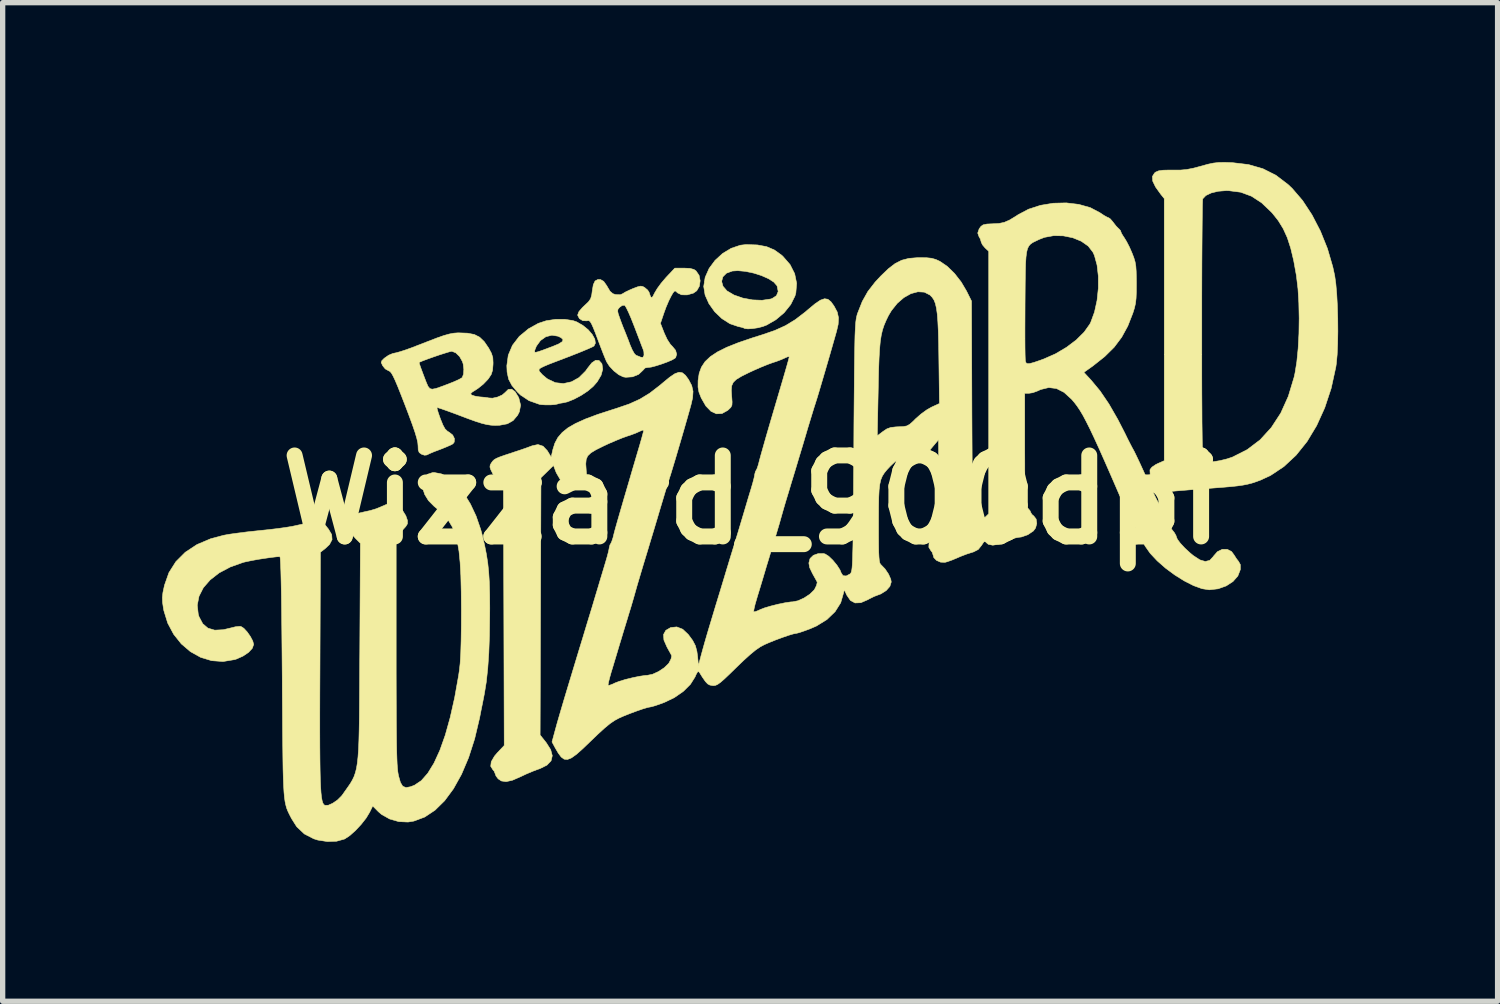
<source format=kicad_pcb>
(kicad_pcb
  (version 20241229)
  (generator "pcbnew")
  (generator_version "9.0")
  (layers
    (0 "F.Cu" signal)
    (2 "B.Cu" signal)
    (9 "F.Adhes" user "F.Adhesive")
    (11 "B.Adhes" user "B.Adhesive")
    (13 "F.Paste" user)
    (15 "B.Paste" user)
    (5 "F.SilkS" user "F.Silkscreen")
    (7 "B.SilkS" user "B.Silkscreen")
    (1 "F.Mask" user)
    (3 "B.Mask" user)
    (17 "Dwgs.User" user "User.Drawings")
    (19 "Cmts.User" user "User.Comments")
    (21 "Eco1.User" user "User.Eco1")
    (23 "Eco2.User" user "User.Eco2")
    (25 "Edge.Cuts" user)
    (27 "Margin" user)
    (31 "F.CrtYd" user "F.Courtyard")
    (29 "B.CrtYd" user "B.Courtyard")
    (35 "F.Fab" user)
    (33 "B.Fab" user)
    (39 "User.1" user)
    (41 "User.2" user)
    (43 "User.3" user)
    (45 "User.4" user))
  (footprint "Wizzard_900dpi"
    (layer "F.Cu")
    (at 11.092 6.353)
    (property "Reference" "Wizzard_900dpi" (at 0 0 0) (layer "F.SilkS") (effects (font (size 1.524 1.524) (thickness 0.3))))
    (attr through_hole)
    (fp_poly (pts (xy 0.106 -4.795) (xy 0.279 -4.763) (xy 0.427 -4.7) (xy 0.563 -4.602) (xy 0.586 -4.581) (xy 0.721 -4.426) (xy 0.808 -4.254) (xy 0.845 -4.073) (xy 0.83 -3.891) (xy 0.814 -3.835) (xy 0.734 -3.674) (xy 0.61 -3.52) (xy 0.454 -3.388) (xy 0.281 -3.288) (xy 0.211 -3.261) (xy 0.119 -3.237) (xy 0.019 -3.222) (xy -0.07 -3.216) (xy -0.131 -3.223) (xy -0.144 -3.23) (xy -0.178 -3.243) (xy -0.244 -3.258) (xy -0.251 -3.259) (xy -0.41 -3.313) (xy -0.562 -3.41) (xy -0.697 -3.539) (xy -0.805 -3.691) (xy -0.877 -3.852) (xy -0.903 -4.013) (xy -0.903 -4.014) (xy -0.888 -4.109) (xy -0.566 -4.109) (xy -0.54 -4.017) (xy -0.466 -3.931) (xy -0.334 -3.853) (xy -0.167 -3.795) (xy 0.016 -3.761) (xy 0.195 -3.754) (xy 0.353 -3.777) (xy 0.384 -3.787) (xy 0.465 -3.84) (xy 0.498 -3.919) (xy 0.479 -4.017) (xy 0.474 -4.029) (xy 0.416 -4.096) (xy 0.314 -4.161) (xy 0.183 -4.219) (xy 0.034 -4.266) (xy -0.119 -4.298) (xy -0.263 -4.311) (xy -0.365 -4.304) (xy -0.475 -4.264) (xy -0.543 -4.195) (xy -0.566 -4.109) (xy -0.888 -4.109) (xy -0.876 -4.185) (xy -0.802 -4.352) (xy -0.69 -4.504) (xy -0.548 -4.634) (xy -0.386 -4.732) (xy -0.212 -4.79) (xy -0.106 -4.802) (xy 0.106 -4.795)) (stroke (width 0.01) (type solid)) (fill yes) (layer "F.SilkS"))
    (fp_poly (pts (xy -3.364 -3.372) (xy -3.294 -3.348) (xy -3.178 -3.282) (xy -3.077 -3.2) (xy -3 -3.11) (xy -2.952 -3.023) (xy -2.941 -2.946) (xy -2.967 -2.894) (xy -3.005 -2.873) (xy -3.086 -2.837) (xy -3.203 -2.788) (xy -3.346 -2.731) (xy -3.506 -2.669) (xy -3.517 -2.665) (xy -3.693 -2.598) (xy -3.823 -2.548) (xy -3.912 -2.51) (xy -3.968 -2.482) (xy -3.996 -2.461) (xy -4.003 -2.441) (xy -3.996 -2.421) (xy -3.989 -2.41) (xy -3.941 -2.356) (xy -3.868 -2.294) (xy -3.837 -2.271) (xy -3.694 -2.204) (xy -3.543 -2.187) (xy -3.392 -2.22) (xy -3.25 -2.299) (xy -3.126 -2.422) (xy -3.087 -2.477) (xy -3.009 -2.576) (xy -2.937 -2.625) (xy -2.873 -2.622) (xy -2.823 -2.566) (xy -2.817 -2.554) (xy -2.803 -2.457) (xy -2.834 -2.343) (xy -2.907 -2.22) (xy -2.981 -2.135) (xy -3.083 -2.048) (xy -3.21 -1.964) (xy -3.344 -1.893) (xy -3.468 -1.843) (xy -3.543 -1.826) (xy -3.613 -1.815) (xy -3.656 -1.802) (xy -3.704 -1.792) (xy -3.785 -1.786) (xy -3.878 -1.786) (xy -3.961 -1.791) (xy -3.993 -1.796) (xy -4.19 -1.866) (xy -4.35 -1.972) (xy -4.408 -2.028) (xy -4.511 -2.151) (xy -4.573 -2.269) (xy -4.602 -2.403) (xy -4.607 -2.523) (xy -4.58 -2.721) (xy -4.548 -2.796) (xy -4.086 -2.796) (xy -4.083 -2.778) (xy -4.062 -2.775) (xy -4.014 -2.787) (xy -3.932 -2.815) (xy -3.808 -2.862) (xy -3.748 -2.884) (xy -3.629 -2.934) (xy -3.564 -2.976) (xy -3.549 -3.012) (xy -3.583 -3.048) (xy -3.644 -3.078) (xy -3.759 -3.097) (xy -3.873 -3.068) (xy -3.974 -2.997) (xy -4.051 -2.891) (xy -4.077 -2.826) (xy -4.086 -2.796) (xy -4.548 -2.796) (xy -4.501 -2.907) (xy -4.373 -3.074) (xy -4.2 -3.217) (xy -4.017 -3.319) (xy -3.866 -3.369) (xy -3.693 -3.395) (xy -3.519 -3.396) (xy -3.364 -3.372)) (stroke (width 0.01) (type solid)) (fill yes) (layer "F.SilkS"))
    (fp_poly (pts (xy -1.163 -4.354) (xy -1.088 -4.334) (xy -1.049 -4.308) (xy -0.99 -4.223) (xy -0.97 -4.121) (xy -0.985 -4.019) (xy -1.034 -3.933) (xy -1.098 -3.888) (xy -1.216 -3.855) (xy -1.32 -3.857) (xy -1.395 -3.893) (xy -1.4 -3.898) (xy -1.431 -3.927) (xy -1.455 -3.926) (xy -1.485 -3.887) (xy -1.517 -3.831) (xy -1.562 -3.741) (xy -1.612 -3.623) (xy -1.651 -3.516) (xy -1.717 -3.32) (xy -1.645 -3.135) (xy -1.591 -3.019) (xy -1.531 -2.926) (xy -1.491 -2.884) (xy -1.433 -2.814) (xy -1.412 -2.739) (xy -1.431 -2.676) (xy -1.446 -2.662) (xy -1.504 -2.629) (xy -1.594 -2.591) (xy -1.699 -2.553) (xy -1.803 -2.52) (xy -1.89 -2.497) (xy -1.944 -2.491) (xy -1.947 -2.492) (xy -2.007 -2.48) (xy -2.046 -2.437) (xy -2.128 -2.36) (xy -2.242 -2.314) (xy -2.369 -2.305) (xy -2.417 -2.313) (xy -2.501 -2.353) (xy -2.594 -2.426) (xy -2.678 -2.516) (xy -2.73 -2.597) (xy -2.753 -2.651) (xy -2.791 -2.744) (xy -2.837 -2.863) (xy -2.88 -2.976) (xy -2.938 -3.131) (xy -2.982 -3.241) (xy -3.014 -3.312) (xy -3.039 -3.352) (xy -3.061 -3.37) (xy -3.085 -3.371) (xy -3.101 -3.367) (xy -3.177 -3.37) (xy -3.241 -3.408) (xy -3.273 -3.469) (xy -3.274 -3.479) (xy -3.251 -3.54) (xy -3.238 -3.555) (xy -2.523 -3.555) (xy -2.512 -3.501) (xy -2.487 -3.429) (xy -2.449 -3.325) (xy -2.41 -3.224) (xy -2.395 -3.189) (xy -2.363 -3.109) (xy -2.321 -3.002) (xy -2.287 -2.911) (xy -2.247 -2.819) (xy -2.207 -2.749) (xy -2.176 -2.719) (xy -2.109 -2.693) (xy -2.088 -2.683) (xy -2.047 -2.68) (xy -2.026 -2.719) (xy -2.029 -2.787) (xy -2.045 -2.836) (xy -2.068 -2.894) (xy -2.105 -2.992) (xy -2.153 -3.117) (xy -2.206 -3.256) (xy -2.217 -3.284) (xy -2.27 -3.418) (xy -2.319 -3.531) (xy -2.36 -3.615) (xy -2.388 -3.658) (xy -2.393 -3.662) (xy -2.44 -3.655) (xy -2.484 -3.623) (xy -2.514 -3.589) (xy -2.523 -3.555) (xy -3.238 -3.555) (xy -3.184 -3.618) (xy -3.145 -3.655) (xy -3.072 -3.724) (xy -3.031 -3.782) (xy -3.01 -3.853) (xy -3 -3.93) (xy -2.98 -4.048) (xy -2.947 -4.117) (xy -2.894 -4.145) (xy -2.845 -4.144) (xy -2.785 -4.11) (xy -2.725 -4.025) (xy -2.716 -4.008) (xy -2.665 -3.923) (xy -2.612 -3.878) (xy -2.561 -3.861) (xy -2.471 -3.858) (xy -2.427 -3.878) (xy -2.378 -3.908) (xy -2.297 -3.947) (xy -2.232 -3.975) (xy -2.144 -4.008) (xy -2.088 -4.02) (xy -2.047 -4.012) (xy -2.012 -3.992) (xy -1.958 -3.946) (xy -1.932 -3.907) (xy -1.905 -3.827) (xy -1.885 -3.8) (xy -1.861 -3.824) (xy -1.826 -3.893) (xy -1.777 -3.975) (xy -1.703 -4.076) (xy -1.618 -4.176) (xy -1.607 -4.188) (xy -1.447 -4.358) (xy -1.277 -4.359) (xy -1.163 -4.354)) (stroke (width 0.01) (type solid)) (fill yes) (layer "F.SilkS"))
    (fp_poly (pts (xy 9.042 -6.343) (xy 9.346 -6.307) (xy 9.617 -6.229) (xy 9.863 -6.105) (xy 10.091 -5.931) (xy 10.169 -5.857) (xy 10.363 -5.631) (xy 10.541 -5.36) (xy 10.699 -5.055) (xy 10.831 -4.727) (xy 10.931 -4.385) (xy 10.968 -4.216) (xy 10.989 -4.064) (xy 11.006 -3.87) (xy 11.018 -3.647) (xy 11.025 -3.409) (xy 11.027 -3.168) (xy 11.023 -2.938) (xy 11.014 -2.731) (xy 10.998 -2.561) (xy 10.989 -2.498) (xy 10.902 -2.1) (xy 10.78 -1.731) (xy 10.628 -1.396) (xy 10.448 -1.097) (xy 10.241 -0.839) (xy 10.011 -0.625) (xy 9.76 -0.458) (xy 9.57 -0.37) (xy 9.485 -0.339) (xy 9.409 -0.314) (xy 9.331 -0.294) (xy 9.245 -0.277) (xy 9.141 -0.262) (xy 9.01 -0.248) (xy 8.844 -0.234) (xy 8.635 -0.218) (xy 8.519 -0.209) (xy 8.337 -0.196) (xy 8.167 -0.182) (xy 8.02 -0.17) (xy 7.906 -0.16) (xy 7.837 -0.153) (xy 7.831 -0.152) (xy 7.739 -0.149) (xy 7.668 -0.178) (xy 7.639 -0.199) (xy 7.59 -0.249) (xy 7.574 -0.294) (xy 7.575 -0.299) (xy 7.571 -0.343) (xy 7.561 -0.355) (xy 7.522 -0.404) (xy 7.496 -0.481) (xy 7.492 -0.556) (xy 7.495 -0.571) (xy 7.53 -0.615) (xy 7.599 -0.662) (xy 7.637 -0.681) (xy 7.761 -0.736) (xy 7.761 -3.175) (xy 8.467 -3.175) (xy 8.467 -2.731) (xy 8.467 -2.34) (xy 8.468 -2) (xy 8.47 -1.707) (xy 8.471 -1.459) (xy 8.474 -1.253) (xy 8.476 -1.085) (xy 8.48 -0.953) (xy 8.484 -0.854) (xy 8.489 -0.785) (xy 8.494 -0.742) (xy 8.5 -0.724) (xy 8.502 -0.723) (xy 8.573 -0.711) (xy 8.68 -0.716) (xy 8.809 -0.737) (xy 8.943 -0.77) (xy 9.047 -0.805) (xy 9.321 -0.944) (xy 9.565 -1.129) (xy 9.775 -1.359) (xy 9.953 -1.632) (xy 10.095 -1.947) (xy 10.203 -2.304) (xy 10.221 -2.385) (xy 10.255 -2.596) (xy 10.28 -2.848) (xy 10.295 -3.126) (xy 10.299 -3.415) (xy 10.293 -3.701) (xy 10.277 -3.968) (xy 10.249 -4.202) (xy 10.247 -4.219) (xy 10.196 -4.501) (xy 10.14 -4.735) (xy 10.076 -4.932) (xy 9.999 -5.101) (xy 9.907 -5.251) (xy 9.796 -5.391) (xy 9.776 -5.413) (xy 9.591 -5.589) (xy 9.402 -5.712) (xy 9.199 -5.787) (xy 8.974 -5.816) (xy 8.927 -5.817) (xy 8.776 -5.805) (xy 8.644 -5.773) (xy 8.544 -5.725) (xy 8.487 -5.665) (xy 8.484 -5.657) (xy 8.482 -5.623) (xy 8.479 -5.536) (xy 8.477 -5.401) (xy 8.475 -5.222) (xy 8.473 -5.004) (xy 8.471 -4.749) (xy 8.469 -4.464) (xy 8.468 -4.151) (xy 8.467 -3.815) (xy 8.467 -3.46) (xy 8.467 -3.175) (xy 7.761 -3.175) (xy 7.761 -5.668) (xy 7.696 -5.748) (xy 7.597 -5.886) (xy 7.544 -5.996) (xy 7.538 -6.083) (xy 7.578 -6.148) (xy 7.601 -6.166) (xy 7.655 -6.189) (xy 7.738 -6.201) (xy 7.86 -6.204) (xy 7.919 -6.203) (xy 8.06 -6.203) (xy 8.182 -6.214) (xy 8.31 -6.239) (xy 8.449 -6.276) (xy 8.581 -6.313) (xy 8.686 -6.335) (xy 8.785 -6.346) (xy 8.898 -6.348) (xy 9.042 -6.343)) (stroke (width 0.01) (type solid)) (fill yes) (layer "F.SilkS"))
    (fp_poly (pts (xy -5.347 -3.135) (xy -5.218 -3.11) (xy -5.118 -3.059) (xy -5.032 -2.976) (xy -4.949 -2.855) (xy -4.897 -2.758) (xy -4.871 -2.676) (xy -4.866 -2.58) (xy -4.867 -2.544) (xy -4.876 -2.437) (xy -4.901 -2.358) (xy -4.952 -2.281) (xy -4.967 -2.262) (xy -5.051 -2.175) (xy -5.151 -2.095) (xy -5.188 -2.071) (xy -5.259 -2.026) (xy -5.287 -1.997) (xy -5.277 -1.977) (xy -5.266 -1.97) (xy -5.208 -1.951) (xy -5.124 -1.937) (xy -5.1 -1.935) (xy -5.019 -1.928) (xy -4.962 -1.92) (xy -4.953 -1.917) (xy -4.876 -1.912) (xy -4.782 -1.933) (xy -4.694 -1.972) (xy -4.64 -2.018) (xy -4.58 -2.077) (xy -4.516 -2.082) (xy -4.451 -2.033) (xy -4.39 -1.934) (xy -4.38 -1.911) (xy -4.348 -1.781) (xy -4.371 -1.657) (xy -4.405 -1.59) (xy -4.489 -1.491) (xy -4.597 -1.43) (xy -4.741 -1.403) (xy -4.826 -1.4) (xy -4.904 -1.404) (xy -4.984 -1.416) (xy -5.075 -1.438) (xy -5.189 -1.474) (xy -5.336 -1.527) (xy -5.46 -1.574) (xy -5.609 -1.63) (xy -5.738 -1.677) (xy -5.838 -1.712) (xy -5.903 -1.733) (xy -5.921 -1.736) (xy -5.917 -1.707) (xy -5.897 -1.638) (xy -5.864 -1.544) (xy -5.855 -1.519) (xy -5.809 -1.406) (xy -5.769 -1.334) (xy -5.724 -1.29) (xy -5.69 -1.27) (xy -5.625 -1.218) (xy -5.592 -1.15) (xy -5.597 -1.085) (xy -5.622 -1.053) (xy -5.665 -1.03) (xy -5.745 -0.995) (xy -5.847 -0.954) (xy -5.87 -0.945) (xy -5.974 -0.906) (xy -6.057 -0.871) (xy -6.106 -0.847) (xy -6.111 -0.844) (xy -6.155 -0.839) (xy -6.21 -0.857) (xy -6.255 -0.889) (xy -6.274 -0.938) (xy -6.277 -1.015) (xy -6.282 -1.074) (xy -6.301 -1.158) (xy -6.335 -1.272) (xy -6.387 -1.423) (xy -6.458 -1.615) (xy -6.519 -1.775) (xy -6.598 -1.978) (xy -6.66 -2.134) (xy -6.709 -2.249) (xy -6.747 -2.329) (xy -6.777 -2.382) (xy -6.802 -2.412) (xy -6.826 -2.426) (xy -6.832 -2.428) (xy -6.894 -2.463) (xy -6.942 -2.522) (xy -6.967 -2.576) (xy -6.966 -2.584) (xy -6.258 -2.584) (xy -6.251 -2.557) (xy -6.228 -2.489) (xy -6.192 -2.392) (xy -6.164 -2.318) (xy -6.122 -2.209) (xy -6.09 -2.135) (xy -6.056 -2.093) (xy -6.011 -2.081) (xy -5.943 -2.094) (xy -5.841 -2.129) (xy -5.708 -2.179) (xy -5.6 -2.222) (xy -5.511 -2.262) (xy -5.456 -2.293) (xy -5.447 -2.3) (xy -5.422 -2.363) (xy -5.416 -2.456) (xy -5.428 -2.555) (xy -5.443 -2.602) (xy -5.496 -2.696) (xy -5.567 -2.765) (xy -5.639 -2.794) (xy -5.646 -2.794) (xy -5.687 -2.785) (xy -5.767 -2.761) (xy -5.871 -2.728) (xy -5.985 -2.689) (xy -6.095 -2.65) (xy -6.186 -2.616) (xy -6.245 -2.591) (xy -6.258 -2.584) (xy -6.966 -2.584) (xy -6.961 -2.614) (xy -6.918 -2.658) (xy -6.906 -2.668) (xy -6.831 -2.72) (xy -6.755 -2.752) (xy -6.751 -2.753) (xy -6.681 -2.768) (xy -6.607 -2.789) (xy -6.521 -2.817) (xy -6.411 -2.856) (xy -6.269 -2.911) (xy -6.096 -2.978) (xy -5.925 -3.044) (xy -5.794 -3.09) (xy -5.691 -3.119) (xy -5.606 -3.135) (xy -5.527 -3.141) (xy -5.517 -3.141) (xy -5.347 -3.135)) (stroke (width 0.01) (type solid)) (fill yes) (layer "F.SilkS"))
    (fp_poly (pts (xy -5.833 -0.486) (xy -5.689 -0.408) (xy -5.549 -0.285) (xy -5.415 -0.121) (xy -5.293 0.077) (xy -5.186 0.304) (xy -5.099 0.556) (xy -5.07 0.663) (xy -5.026 0.85) (xy -4.992 1.022) (xy -4.966 1.189) (xy -4.948 1.363) (xy -4.936 1.555) (xy -4.93 1.776) (xy -4.928 2.037) (xy -4.929 2.174) (xy -4.934 2.552) (xy -4.946 2.882) (xy -4.966 3.17) (xy -4.993 3.424) (xy -5.03 3.651) (xy -5.039 3.697) (xy -5.063 3.82) (xy -5.093 3.967) (xy -5.12 4.106) (xy -5.12 4.106) (xy -5.213 4.498) (xy -5.327 4.852) (xy -5.46 5.165) (xy -5.611 5.436) (xy -5.777 5.661) (xy -5.958 5.839) (xy -6.152 5.968) (xy -6.356 6.044) (xy -6.466 6.062) (xy -6.64 6.054) (xy -6.813 6.004) (xy -6.965 5.918) (xy -7.023 5.868) (xy -7.13 5.76) (xy -7.189 5.88) (xy -7.255 5.989) (xy -7.348 6.107) (xy -7.454 6.221) (xy -7.561 6.316) (xy -7.654 6.378) (xy -7.662 6.382) (xy -7.81 6.423) (xy -7.983 6.429) (xy -8.163 6.401) (xy -8.239 6.377) (xy -8.416 6.286) (xy -8.56 6.15) (xy -8.655 6) (xy -8.684 5.945) (xy -8.709 5.895) (xy -8.731 5.848) (xy -8.75 5.798) (xy -8.765 5.743) (xy -8.779 5.678) (xy -8.79 5.598) (xy -8.799 5.501) (xy -8.806 5.382) (xy -8.812 5.237) (xy -8.817 5.062) (xy -8.82 4.853) (xy -8.823 4.606) (xy -8.826 4.316) (xy -8.828 3.981) (xy -8.831 3.596) (xy -8.832 3.337) (xy -8.836 2.877) (xy -8.84 2.467) (xy -8.844 2.109) (xy -8.848 1.802) (xy -8.853 1.547) (xy -8.858 1.346) (xy -8.864 1.199) (xy -8.869 1.107) (xy -8.875 1.07) (xy -8.876 1.069) (xy -8.931 1.071) (xy -9.027 1.082) (xy -9.148 1.099) (xy -9.279 1.119) (xy -9.405 1.142) (xy -9.512 1.164) (xy -9.567 1.177) (xy -9.811 1.264) (xy -10.02 1.375) (xy -10.189 1.507) (xy -10.317 1.654) (xy -10.398 1.814) (xy -10.431 1.982) (xy -10.412 2.154) (xy -10.397 2.201) (xy -10.328 2.331) (xy -10.231 2.414) (xy -10.103 2.452) (xy -9.942 2.444) (xy -9.807 2.412) (xy -9.715 2.389) (xy -9.637 2.381) (xy -9.609 2.383) (xy -9.555 2.417) (xy -9.492 2.485) (xy -9.432 2.571) (xy -9.387 2.656) (xy -9.37 2.721) (xy -9.396 2.794) (xy -9.466 2.87) (xy -9.57 2.94) (xy -9.696 2.996) (xy -9.728 3.006) (xy -9.946 3.042) (xy -10.161 3.026) (xy -10.368 2.963) (xy -10.56 2.856) (xy -10.731 2.71) (xy -10.875 2.529) (xy -10.987 2.319) (xy -11.06 2.082) (xy -11.068 2.037) (xy -11.084 1.928) (xy -11.087 1.838) (xy -11.077 1.745) (xy -11.051 1.624) (xy -11.047 1.606) (xy -10.964 1.37) (xy -10.833 1.163) (xy -10.657 0.987) (xy -10.437 0.842) (xy -10.175 0.731) (xy -9.933 0.667) (xy -9.829 0.648) (xy -9.684 0.628) (xy -9.515 0.606) (xy -9.339 0.587) (xy -9.263 0.579) (xy -9.09 0.561) (xy -8.921 0.541) (xy -8.77 0.52) (xy -8.653 0.501) (xy -8.615 0.493) (xy -8.434 0.453) (xy -8.301 0.424) (xy -8.206 0.407) (xy -8.142 0.4) (xy -8.101 0.403) (xy -8.073 0.415) (xy -8.053 0.436) (xy -8.04 0.453) (xy -7.994 0.512) (xy -7.962 0.552) (xy -7.902 0.654) (xy -7.895 0.749) (xy -7.943 0.84) (xy -8.02 0.913) (xy -8.114 0.986) (xy -8.123 3.202) (xy -8.125 3.638) (xy -8.126 4.021) (xy -8.126 4.355) (xy -8.125 4.643) (xy -8.123 4.888) (xy -8.12 5.093) (xy -8.116 5.263) (xy -8.11 5.401) (xy -8.103 5.51) (xy -8.094 5.593) (xy -8.083 5.655) (xy -8.071 5.698) (xy -8.056 5.726) (xy -8.039 5.742) (xy -8.028 5.748) (xy -7.966 5.746) (xy -7.883 5.709) (xy -7.795 5.649) (xy -7.718 5.573) (xy -7.697 5.546) (xy -7.641 5.466) (xy -7.592 5.397) (xy -7.549 5.334) (xy -7.513 5.272) (xy -7.482 5.208) (xy -7.457 5.136) (xy -7.436 5.054) (xy -7.42 4.956) (xy -7.407 4.838) (xy -7.397 4.697) (xy -7.39 4.527) (xy -7.385 4.324) (xy -7.381 4.085) (xy -7.379 3.805) (xy -7.377 3.479) (xy -7.375 3.103) (xy -7.373 2.857) (xy -7.362 0.818) (xy -7.45 0.73) (xy -7.5 0.674) (xy -7.523 0.635) (xy -7.522 0.627) (xy -7.526 0.597) (xy -7.547 0.567) (xy -7.585 0.505) (xy -7.606 0.448) (xy -7.599 0.372) (xy -7.538 0.308) (xy -7.423 0.258) (xy -7.291 0.227) (xy -7.176 0.202) (xy -7.067 0.169) (xy -7.002 0.143) (xy -6.875 0.088) (xy -6.778 0.069) (xy -6.699 0.086) (xy -6.639 0.125) (xy -6.565 0.206) (xy -6.507 0.3) (xy -6.476 0.39) (xy -6.477 0.451) (xy -6.508 0.502) (xy -6.566 0.566) (xy -6.591 0.59) (xy -6.689 0.676) (xy -6.689 2.837) (xy -6.689 3.246) (xy -6.688 3.603) (xy -6.687 3.911) (xy -6.686 4.175) (xy -6.684 4.398) (xy -6.682 4.585) (xy -6.679 4.739) (xy -6.675 4.864) (xy -6.671 4.965) (xy -6.665 5.045) (xy -6.659 5.109) (xy -6.651 5.159) (xy -6.644 5.194) (xy -6.609 5.317) (xy -6.566 5.388) (xy -6.505 5.414) (xy -6.419 5.398) (xy -6.344 5.369) (xy -6.216 5.283) (xy -6.094 5.144) (xy -5.977 4.953) (xy -5.867 4.713) (xy -5.765 4.426) (xy -5.672 4.093) (xy -5.588 3.719) (xy -5.514 3.304) (xy -5.499 3.203) (xy -5.485 3.072) (xy -5.474 2.89) (xy -5.467 2.655) (xy -5.463 2.365) (xy -5.462 2.074) (xy -5.465 1.727) (xy -5.472 1.431) (xy -5.486 1.179) (xy -5.507 0.966) (xy -5.538 0.788) (xy -5.58 0.637) (xy -5.634 0.508) (xy -5.702 0.395) (xy -5.785 0.293) (xy -5.885 0.196) (xy -5.978 0.119) (xy -6.081 0.015) (xy -6.151 -0.099) (xy -6.189 -0.214) (xy -6.192 -0.323) (xy -6.163 -0.414) (xy -6.101 -0.48) (xy -6.005 -0.512) (xy -5.975 -0.514) (xy -5.833 -0.486)) (stroke (width 0.01) (type solid)) (fill yes) (layer "F.SilkS"))
    (fp_poly (pts (xy 6.153 -5.558) (xy 6.369 -5.497) (xy 6.552 -5.401) (xy 6.554 -5.399) (xy 6.631 -5.348) (xy 6.691 -5.315) (xy 6.715 -5.306) (xy 6.746 -5.285) (xy 6.792 -5.232) (xy 6.805 -5.214) (xy 6.856 -5.149) (xy 6.899 -5.105) (xy 6.906 -5.1) (xy 6.939 -5.063) (xy 6.943 -5.048) (xy 6.958 -5.009) (xy 6.997 -4.947) (xy 7.009 -4.93) (xy 7.053 -4.858) (xy 7.106 -4.755) (xy 7.155 -4.643) (xy 7.155 -4.643) (xy 7.189 -4.555) (xy 7.212 -4.478) (xy 7.226 -4.398) (xy 7.233 -4.299) (xy 7.236 -4.166) (xy 7.237 -4.078) (xy 7.236 -3.915) (xy 7.231 -3.792) (xy 7.22 -3.695) (xy 7.2 -3.607) (xy 7.171 -3.514) (xy 7.075 -3.269) (xy 6.96 -3.059) (xy 6.819 -2.871) (xy 6.641 -2.695) (xy 6.419 -2.519) (xy 6.377 -2.489) (xy 6.249 -2.398) (xy 6.386 -2.25) (xy 6.553 -2.049) (xy 6.719 -1.805) (xy 6.887 -1.513) (xy 7.019 -1.256) (xy 7.074 -1.143) (xy 7.123 -1.047) (xy 7.158 -0.98) (xy 7.169 -0.96) (xy 7.196 -0.911) (xy 7.237 -0.827) (xy 7.295 -0.705) (xy 7.371 -0.539) (xy 7.467 -0.325) (xy 7.48 -0.296) (xy 7.541 -0.163) (xy 7.599 -0.043) (xy 7.647 0.051) (xy 7.68 0.106) (xy 7.682 0.11) (xy 7.719 0.175) (xy 7.733 0.226) (xy 7.753 0.285) (xy 7.775 0.31) (xy 7.811 0.367) (xy 7.818 0.402) (xy 7.835 0.457) (xy 7.88 0.528) (xy 7.902 0.555) (xy 7.954 0.622) (xy 7.984 0.677) (xy 7.987 0.691) (xy 8.008 0.743) (xy 8.065 0.819) (xy 8.148 0.908) (xy 8.25 1.002) (xy 8.307 1.049) (xy 8.431 1.13) (xy 8.533 1.16) (xy 8.617 1.139) (xy 8.684 1.067) (xy 8.686 1.062) (xy 8.761 0.976) (xy 8.852 0.932) (xy 8.945 0.931) (xy 9.027 0.973) (xy 9.075 1.038) (xy 9.12 1.109) (xy 9.157 1.156) (xy 9.192 1.218) (xy 9.193 1.302) (xy 9.191 1.316) (xy 9.145 1.434) (xy 9.053 1.538) (xy 8.926 1.62) (xy 8.774 1.674) (xy 8.607 1.693) (xy 8.607 1.693) (xy 8.472 1.672) (xy 8.312 1.614) (xy 8.137 1.525) (xy 7.958 1.413) (xy 7.785 1.285) (xy 7.628 1.147) (xy 7.497 1.007) (xy 7.402 0.872) (xy 7.392 0.854) (xy 7.362 0.797) (xy 7.313 0.706) (xy 7.252 0.592) (xy 7.203 0.501) (xy 7.128 0.357) (xy 7.044 0.185) (xy 6.963 0.01) (xy 6.911 -0.106) (xy 6.767 -0.438) (xy 6.642 -0.723) (xy 6.535 -0.964) (xy 6.442 -1.167) (xy 6.362 -1.336) (xy 6.292 -1.475) (xy 6.231 -1.59) (xy 6.175 -1.684) (xy 6.122 -1.763) (xy 6.071 -1.83) (xy 6.019 -1.891) (xy 6.016 -1.894) (xy 5.875 -2.022) (xy 5.733 -2.094) (xy 5.588 -2.112) (xy 5.436 -2.075) (xy 5.37 -2.045) (xy 5.287 -2.015) (xy 5.214 -2.004) (xy 5.136 -2.004) (xy 5.136 -0.95) (xy 5.137 -0.678) (xy 5.137 -0.457) (xy 5.138 -0.281) (xy 5.14 -0.145) (xy 5.144 -0.043) (xy 5.149 0.031) (xy 5.155 0.081) (xy 5.164 0.115) (xy 5.176 0.137) (xy 5.19 0.152) (xy 5.193 0.155) (xy 5.235 0.204) (xy 5.249 0.237) (xy 5.271 0.275) (xy 5.306 0.304) (xy 5.351 0.362) (xy 5.363 0.444) (xy 5.34 0.53) (xy 5.299 0.586) (xy 5.194 0.657) (xy 5.074 0.699) (xy 5.015 0.706) (xy 4.956 0.718) (xy 4.869 0.748) (xy 4.798 0.779) (xy 4.654 0.834) (xy 4.536 0.854) (xy 4.451 0.837) (xy 4.417 0.809) (xy 4.391 0.783) (xy 4.367 0.792) (xy 4.332 0.844) (xy 4.323 0.858) (xy 4.261 0.935) (xy 4.173 0.98) (xy 4.144 0.989) (xy 4.046 1.02) (xy 3.931 1.064) (xy 3.869 1.091) (xy 3.771 1.132) (xy 3.681 1.164) (xy 3.637 1.176) (xy 3.554 1.173) (xy 3.477 1.14) (xy 3.426 1.087) (xy 3.415 1.047) (xy 3.394 0.985) (xy 3.373 0.96) (xy 3.332 0.893) (xy 3.336 0.809) (xy 3.383 0.718) (xy 3.429 0.668) (xy 3.529 0.577) (xy 3.521 -0.277) (xy 3.514 -1.13) (xy 3.337 -0.919) (xy 3.22 -0.791) (xy 3.121 -0.712) (xy 3.032 -0.679) (xy 2.948 -0.689) (xy 2.894 -0.717) (xy 2.824 -0.752) (xy 2.762 -0.754) (xy 2.696 -0.717) (xy 2.612 -0.638) (xy 2.606 -0.632) (xy 2.544 -0.566) (xy 2.495 -0.506) (xy 2.457 -0.446) (xy 2.429 -0.378) (xy 2.41 -0.295) (xy 2.397 -0.188) (xy 2.39 -0.05) (xy 2.387 0.126) (xy 2.386 0.348) (xy 2.386 0.443) (xy 2.386 0.67) (xy 2.387 0.847) (xy 2.389 0.981) (xy 2.394 1.077) (xy 2.4 1.143) (xy 2.409 1.185) (xy 2.421 1.21) (xy 2.43 1.219) (xy 2.508 1.3) (xy 2.574 1.398) (xy 2.616 1.494) (xy 2.625 1.546) (xy 2.599 1.629) (xy 2.53 1.707) (xy 2.43 1.77) (xy 2.371 1.792) (xy 2.303 1.818) (xy 2.216 1.861) (xy 2.182 1.88) (xy 2.052 1.936) (xy 1.944 1.94) (xy 1.857 1.893) (xy 1.789 1.794) (xy 1.784 1.783) (xy 1.755 1.72) (xy 1.74 1.705) (xy 1.731 1.733) (xy 1.728 1.75) (xy 1.674 1.937) (xy 1.568 2.105) (xy 1.414 2.253) (xy 1.216 2.375) (xy 1.096 2.427) (xy 0.99 2.466) (xy 0.902 2.496) (xy 0.846 2.511) (xy 0.838 2.512) (xy 0.785 2.522) (xy 0.694 2.549) (xy 0.578 2.589) (xy 0.451 2.636) (xy 0.327 2.686) (xy 0.24 2.724) (xy 0.159 2.767) (xy 0.072 2.827) (xy -0.03 2.911) (xy -0.155 3.024) (xy -0.288 3.152) (xy -0.418 3.279) (xy -0.515 3.371) (xy -0.586 3.433) (xy -0.639 3.471) (xy -0.68 3.49) (xy -0.716 3.496) (xy -0.738 3.494) (xy -0.788 3.485) (xy -0.829 3.463) (xy -0.871 3.418) (xy -0.925 3.341) (xy -0.978 3.256) (xy -0.999 3.23) (xy -1.019 3.238) (xy -1.047 3.288) (xy -1.066 3.332) (xy -1.154 3.472) (xy -1.287 3.604) (xy -1.456 3.721) (xy -1.643 3.811) (xy -1.749 3.85) (xy -1.837 3.879) (xy -1.892 3.894) (xy -1.899 3.895) (xy -1.952 3.905) (xy -2.044 3.932) (xy -2.16 3.972) (xy -2.287 4.019) (xy -2.41 4.068) (xy -2.498 4.107) (xy -2.578 4.15) (xy -2.666 4.21) (xy -2.769 4.295) (xy -2.894 4.409) (xy -3.023 4.533) (xy -3.176 4.68) (xy -3.296 4.787) (xy -3.391 4.855) (xy -3.466 4.885) (xy -3.529 4.879) (xy -3.584 4.839) (xy -3.64 4.764) (xy -3.695 4.67) (xy -3.757 4.555) (xy -3.7 4.345) (xy -3.656 4.185) (xy -3.595 3.976) (xy -3.52 3.722) (xy -3.431 3.427) (xy -3.342 3.133) (xy -3.296 2.981) (xy -3.249 2.826) (xy -3.207 2.689) (xy -3.183 2.611) (xy -3.146 2.488) (xy -3.101 2.339) (xy -3.056 2.191) (xy -3.046 2.159) (xy -2.999 2.005) (xy -2.947 1.83) (xy -2.899 1.671) (xy -2.893 1.651) (xy -2.849 1.503) (xy -2.8 1.341) (xy -2.757 1.197) (xy -2.75 1.174) (xy -2.718 1.064) (xy -2.694 0.972) (xy -2.682 0.912) (xy -2.681 0.904) (xy -2.667 0.847) (xy -2.656 0.831) (xy -2.635 0.789) (xy -2.61 0.714) (xy -2.601 0.677) (xy -2.586 0.616) (xy -2.56 0.521) (xy -2.522 0.387) (xy -2.472 0.214) (xy -2.409 -0.003) (xy -2.332 -0.265) (xy -2.241 -0.577) (xy -2.149 -0.889) (xy -2.107 -1.03) (xy -2.072 -1.152) (xy -2.047 -1.245) (xy -2.033 -1.299) (xy -2.032 -1.307) (xy -2.053 -1.311) (xy -2.104 -1.29) (xy -2.11 -1.287) (xy -2.181 -1.255) (xy -2.28 -1.218) (xy -2.342 -1.198) (xy -2.434 -1.165) (xy -2.557 -1.115) (xy -2.694 -1.056) (xy -2.788 -1.012) (xy -2.929 -0.942) (xy -3.025 -0.884) (xy -3.085 -0.827) (xy -3.114 -0.761) (xy -3.122 -0.676) (xy -3.114 -0.561) (xy -3.114 -0.557) (xy -3.106 -0.458) (xy -3.11 -0.398) (xy -3.131 -0.356) (xy -3.174 -0.314) (xy -3.191 -0.299) (xy -3.265 -0.247) (xy -3.331 -0.231) (xy -3.382 -0.236) (xy -3.498 -0.282) (xy -3.599 -0.376) (xy -3.676 -0.508) (xy -3.682 -0.523) (xy -3.729 -0.646) (xy -3.847 -0.531) (xy -3.965 -0.416) (xy -3.973 2.004) (xy -3.981 4.424) (xy -3.865 4.57) (xy -3.782 4.701) (xy -3.752 4.814) (xy -3.775 4.911) (xy -3.853 4.992) (xy -3.986 5.058) (xy -4.019 5.069) (xy -4.12 5.107) (xy -4.243 5.159) (xy -4.353 5.211) (xy -4.503 5.276) (xy -4.621 5.302) (xy -4.71 5.289) (xy -4.77 5.249) (xy -4.811 5.195) (xy -4.826 5.154) (xy -4.846 5.105) (xy -4.868 5.08) (xy -4.91 5.013) (xy -4.9 4.927) (xy -4.84 4.823) (xy -4.783 4.756) (xy -4.656 4.622) (xy -4.663 2.184) (xy -4.671 -0.253) (xy -4.731 -0.295) (xy -4.777 -0.343) (xy -4.833 -0.422) (xy -4.867 -0.482) (xy -4.908 -0.565) (xy -4.925 -0.617) (xy -4.919 -0.657) (xy -4.897 -0.695) (xy -4.873 -0.728) (xy -4.845 -0.755) (xy -4.803 -0.78) (xy -4.738 -0.807) (xy -4.639 -0.842) (xy -4.498 -0.888) (xy -4.473 -0.897) (xy -4.351 -0.937) (xy -4.239 -0.976) (xy -4.155 -1.007) (xy -4.132 -1.016) (xy -4.021 -1.04) (xy -3.926 -1.009) (xy -3.846 -0.925) (xy -3.837 -0.91) (xy -3.773 -0.804) (xy -3.741 -0.946) (xy -3.703 -1.066) (xy -3.647 -1.171) (xy -3.566 -1.266) (xy -3.457 -1.354) (xy -3.313 -1.437) (xy -3.129 -1.52) (xy -2.902 -1.605) (xy -2.625 -1.695) (xy -2.54 -1.722) (xy -2.303 -1.803) (xy -2.103 -1.894) (xy -1.919 -2.006) (xy -1.731 -2.151) (xy -1.674 -2.199) (xy -1.544 -2.306) (xy -1.445 -2.373) (xy -1.368 -2.4) (xy -1.305 -2.39) (xy -1.247 -2.343) (xy -1.188 -2.262) (xy -1.129 -2.15) (xy -1.104 -2.041) (xy -1.112 -1.918) (xy -1.141 -1.792) (xy -1.176 -1.666) (xy -1.22 -1.511) (xy -1.27 -1.337) (xy -1.323 -1.155) (xy -1.376 -0.974) (xy -1.426 -0.804) (xy -1.471 -0.655) (xy -1.507 -0.536) (xy -1.531 -0.457) (xy -1.538 -0.437) (xy -1.558 -0.373) (xy -1.592 -0.266) (xy -1.634 -0.128) (xy -1.681 0.029) (xy -1.719 0.155) (xy -1.778 0.354) (xy -1.844 0.575) (xy -1.911 0.796) (xy -1.97 0.993) (xy -1.99 1.058) (xy -2.039 1.219) (xy -2.085 1.373) (xy -2.125 1.508) (xy -2.155 1.609) (xy -2.163 1.637) (xy -2.22 1.839) (xy -2.27 2.01) (xy -2.321 2.176) (xy -2.337 2.23) (xy -2.37 2.338) (xy -2.413 2.478) (xy -2.458 2.628) (xy -2.483 2.709) (xy -2.529 2.864) (xy -2.579 3.03) (xy -2.624 3.18) (xy -2.643 3.241) (xy -2.673 3.348) (xy -2.694 3.433) (xy -2.702 3.482) (xy -2.7 3.49) (xy -2.669 3.487) (xy -2.607 3.463) (xy -2.578 3.448) (xy -2.495 3.416) (xy -2.377 3.38) (xy -2.242 3.347) (xy -2.111 3.32) (xy -2.003 3.304) (xy -1.965 3.302) (xy -1.866 3.282) (xy -1.752 3.23) (xy -1.645 3.159) (xy -1.566 3.082) (xy -1.554 3.065) (xy -1.518 2.994) (xy -1.505 2.939) (xy -1.508 2.927) (xy -1.531 2.884) (xy -1.571 2.812) (xy -1.595 2.768) (xy -1.652 2.638) (xy -1.659 2.534) (xy -1.616 2.456) (xy -1.525 2.403) (xy -1.41 2.391) (xy -1.299 2.434) (xy -1.194 2.533) (xy -1.193 2.534) (xy -1.11 2.647) (xy -1.059 2.746) (xy -1.031 2.853) (xy -1.018 2.949) (xy -1.002 3.119) (xy -0.954 2.935) (xy -0.924 2.825) (xy -0.883 2.679) (xy -0.829 2.493) (xy -0.76 2.264) (xy -0.677 1.988) (xy -0.604 1.75) (xy -0.558 1.598) (xy -0.511 1.443) (xy -0.47 1.306) (xy -0.446 1.228) (xy -0.409 1.105) (xy -0.363 0.956) (xy -0.318 0.809) (xy -0.308 0.776) (xy -0.261 0.622) (xy -0.209 0.448) (xy -0.161 0.288) (xy -0.155 0.268) (xy -0.111 0.12) (xy -0.063 -0.042) (xy -0.019 -0.186) (xy -0.012 -0.209) (xy 0.02 -0.319) (xy 0.044 -0.411) (xy 0.056 -0.47) (xy 0.056 -0.479) (xy 0.071 -0.535) (xy 0.082 -0.552) (xy 0.103 -0.594) (xy 0.127 -0.669) (xy 0.136 -0.706) (xy 0.152 -0.767) (xy 0.178 -0.862) (xy 0.216 -0.996) (xy 0.265 -1.169) (xy 0.328 -1.386) (xy 0.405 -1.648) (xy 0.497 -1.96) (xy 0.589 -2.272) (xy 0.63 -2.413) (xy 0.665 -2.535) (xy 0.691 -2.628) (xy 0.704 -2.681) (xy 0.706 -2.689) (xy 0.684 -2.694) (xy 0.633 -2.673) (xy 0.628 -2.67) (xy 0.556 -2.638) (xy 0.458 -2.601) (xy 0.395 -2.581) (xy 0.304 -2.548) (xy 0.18 -2.498) (xy 0.043 -2.438) (xy -0.05 -2.395) (xy -0.191 -2.325) (xy -0.288 -2.267) (xy -0.347 -2.21) (xy -0.377 -2.144) (xy -0.384 -2.059) (xy -0.377 -1.943) (xy -0.376 -1.939) (xy -0.369 -1.841) (xy -0.372 -1.781) (xy -0.393 -1.739) (xy -0.436 -1.697) (xy -0.453 -1.682) (xy -0.559 -1.623) (xy -0.664 -1.618) (xy -0.767 -1.666) (xy -0.863 -1.765) (xy -0.948 -1.913) (xy -0.951 -1.919) (xy -0.993 -2.026) (xy -1.01 -2.12) (xy -1.009 -2.234) (xy -1.008 -2.252) (xy -0.988 -2.381) (xy -0.946 -2.496) (xy -0.878 -2.599) (xy -0.779 -2.693) (xy -0.645 -2.782) (xy -0.471 -2.869) (xy -0.253 -2.956) (xy 0.014 -3.047) (xy 0.198 -3.105) (xy 0.434 -3.186) (xy 0.635 -3.277) (xy 0.819 -3.389) (xy 1.007 -3.533) (xy 1.064 -3.582) (xy 1.193 -3.689) (xy 1.292 -3.756) (xy 1.37 -3.783) (xy 1.433 -3.773) (xy 1.491 -3.726) (xy 1.549 -3.645) (xy 1.609 -3.533) (xy 1.633 -3.424) (xy 1.626 -3.3) (xy 1.597 -3.175) (xy 1.561 -3.048) (xy 1.517 -2.894) (xy 1.467 -2.72) (xy 1.414 -2.538) (xy 1.361 -2.357) (xy 1.311 -2.187) (xy 1.267 -2.038) (xy 1.231 -1.919) (xy 1.206 -1.84) (xy 1.2 -1.82) (xy 1.179 -1.756) (xy 1.146 -1.649) (xy 1.104 -1.511) (xy 1.056 -1.354) (xy 1.019 -1.228) (xy 0.96 -1.029) (xy 0.893 -0.808) (xy 0.827 -0.587) (xy 0.767 -0.39) (xy 0.747 -0.325) (xy 0.699 -0.164) (xy 0.652 -0.01) (xy 0.612 0.125) (xy 0.583 0.226) (xy 0.575 0.254) (xy 0.518 0.456) (xy 0.467 0.627) (xy 0.417 0.793) (xy 0.4 0.847) (xy 0.367 0.955) (xy 0.325 1.095) (xy 0.279 1.245) (xy 0.255 1.326) (xy 0.209 1.481) (xy 0.159 1.647) (xy 0.113 1.797) (xy 0.095 1.858) (xy 0.064 1.965) (xy 0.044 2.05) (xy 0.036 2.1) (xy 0.037 2.107) (xy 0.068 2.104) (xy 0.13 2.08) (xy 0.16 2.065) (xy 0.242 2.033) (xy 0.361 1.998) (xy 0.496 1.964) (xy 0.627 1.937) (xy 0.735 1.921) (xy 0.772 1.919) (xy 0.871 1.899) (xy 0.985 1.847) (xy 1.093 1.776) (xy 1.172 1.699) (xy 1.184 1.682) (xy 1.219 1.611) (xy 1.232 1.556) (xy 1.23 1.544) (xy 1.207 1.501) (xy 1.167 1.429) (xy 1.143 1.386) (xy 1.09 1.275) (xy 1.075 1.189) (xy 1.095 1.112) (xy 1.1 1.102) (xy 1.16 1.044) (xy 1.25 1.012) (xy 1.349 1.011) (xy 1.381 1.019) (xy 1.448 1.061) (xy 1.526 1.136) (xy 1.602 1.228) (xy 1.66 1.318) (xy 1.683 1.375) (xy 1.717 1.427) (xy 1.777 1.433) (xy 1.849 1.395) (xy 1.859 1.386) (xy 1.867 1.374) (xy 1.875 1.354) (xy 1.882 1.323) (xy 1.888 1.278) (xy 1.893 1.215) (xy 1.897 1.129) (xy 1.9 1.019) (xy 1.904 0.879) (xy 1.907 0.706) (xy 1.909 0.497) (xy 1.912 0.248) (xy 1.914 -0.045) (xy 1.916 -0.385) (xy 1.919 -0.776) (xy 1.921 -0.996) (xy 1.922 -1.204) (xy 2.362 -1.204) (xy 2.47 -1.286) (xy 2.543 -1.335) (xy 2.616 -1.361) (xy 2.713 -1.372) (xy 2.758 -1.374) (xy 2.853 -1.378) (xy 2.917 -1.39) (xy 2.972 -1.42) (xy 3.034 -1.475) (xy 3.085 -1.526) (xy 3.184 -1.613) (xy 3.294 -1.693) (xy 3.382 -1.743) (xy 3.532 -1.812) (xy 3.521 -2.649) (xy 3.517 -2.93) (xy 3.511 -3.16) (xy 3.502 -3.346) (xy 3.491 -3.492) (xy 3.475 -3.606) (xy 3.455 -3.693) (xy 3.429 -3.759) (xy 3.396 -3.809) (xy 3.356 -3.85) (xy 3.351 -3.854) (xy 3.247 -3.907) (xy 3.126 -3.914) (xy 2.995 -3.879) (xy 2.863 -3.805) (xy 2.738 -3.697) (xy 2.628 -3.559) (xy 2.572 -3.465) (xy 2.527 -3.372) (xy 2.49 -3.285) (xy 2.46 -3.195) (xy 2.437 -3.096) (xy 2.419 -2.981) (xy 2.406 -2.841) (xy 2.396 -2.669) (xy 2.388 -2.459) (xy 2.382 -2.202) (xy 2.38 -2.091) (xy 2.362 -1.204) (xy 1.922 -1.204) (xy 1.923 -1.415) (xy 1.926 -1.782) (xy 1.929 -2.099) (xy 1.931 -2.372) (xy 1.934 -2.604) (xy 1.937 -2.798) (xy 1.94 -2.959) (xy 1.943 -3.091) (xy 1.948 -3.197) (xy 1.953 -3.281) (xy 1.958 -3.347) (xy 1.965 -3.399) (xy 1.973 -3.44) (xy 1.981 -3.475) (xy 1.991 -3.508) (xy 1.995 -3.517) (xy 2.08 -3.732) (xy 2.185 -3.919) (xy 2.323 -4.097) (xy 2.429 -4.211) (xy 2.572 -4.348) (xy 2.698 -4.445) (xy 2.821 -4.507) (xy 2.955 -4.542) (xy 3.112 -4.555) (xy 3.161 -4.556) (xy 3.292 -4.554) (xy 3.386 -4.544) (xy 3.465 -4.521) (xy 3.539 -4.487) (xy 3.676 -4.394) (xy 3.814 -4.26) (xy 3.941 -4.097) (xy 4.042 -3.926) (xy 4.135 -3.739) (xy 4.142 -1.652) (xy 4.144 -1.253) (xy 4.146 -0.907) (xy 4.148 -0.61) (xy 4.15 -0.359) (xy 4.152 -0.149) (xy 4.155 0.022) (xy 4.159 0.159) (xy 4.163 0.265) (xy 4.167 0.344) (xy 4.173 0.399) (xy 4.179 0.434) (xy 4.186 0.454) (xy 4.192 0.459) (xy 4.227 0.504) (xy 4.233 0.538) (xy 4.246 0.583) (xy 4.262 0.593) (xy 4.278 0.57) (xy 4.274 0.526) (xy 4.274 0.472) (xy 4.307 0.415) (xy 4.358 0.36) (xy 4.459 0.262) (xy 4.459 -3.23) (xy 5.14 -3.23) (xy 5.14 -3.032) (xy 5.141 -2.864) (xy 5.143 -2.732) (xy 5.146 -2.644) (xy 5.149 -2.606) (xy 5.162 -2.576) (xy 5.187 -2.561) (xy 5.234 -2.564) (xy 5.311 -2.585) (xy 5.428 -2.625) (xy 5.496 -2.65) (xy 5.716 -2.747) (xy 5.922 -2.869) (xy 6.105 -3.007) (xy 6.254 -3.155) (xy 6.36 -3.304) (xy 6.378 -3.339) (xy 6.449 -3.533) (xy 6.497 -3.752) (xy 6.521 -3.981) (xy 6.521 -4.207) (xy 6.497 -4.416) (xy 6.448 -4.595) (xy 6.421 -4.656) (xy 6.331 -4.773) (xy 6.2 -4.865) (xy 6.041 -4.93) (xy 5.864 -4.966) (xy 5.683 -4.97) (xy 5.508 -4.938) (xy 5.405 -4.898) (xy 5.341 -4.867) (xy 5.288 -4.841) (xy 5.246 -4.812) (xy 5.214 -4.776) (xy 5.189 -4.727) (xy 5.172 -4.659) (xy 5.16 -4.565) (xy 5.152 -4.442) (xy 5.148 -4.282) (xy 5.145 -4.08) (xy 5.143 -3.83) (xy 5.142 -3.687) (xy 5.141 -3.451) (xy 5.14 -3.23) (xy 4.459 -3.23) (xy 4.459 -4.675) (xy 4.389 -4.741) (xy 4.34 -4.799) (xy 4.317 -4.849) (xy 4.317 -4.852) (xy 4.3 -4.91) (xy 4.277 -4.949) (xy 4.252 -5.019) (xy 4.279 -5.098) (xy 4.313 -5.144) (xy 4.354 -5.173) (xy 4.425 -5.188) (xy 4.535 -5.193) (xy 4.652 -5.199) (xy 4.752 -5.22) (xy 4.852 -5.264) (xy 4.972 -5.337) (xy 5.009 -5.362) (xy 5.207 -5.467) (xy 5.432 -5.54) (xy 5.673 -5.58) (xy 5.917 -5.586) (xy 6.153 -5.558)) (stroke (width 0.01) (type solid)) (fill yes) (layer "F.SilkS")))
  (gr_rect
    (start -3 -3)
    (end 25.124 15.787)
    (stroke (width 0.1) (type default))
    (fill no)
    (layer "Edge.Cuts")))
</source>
